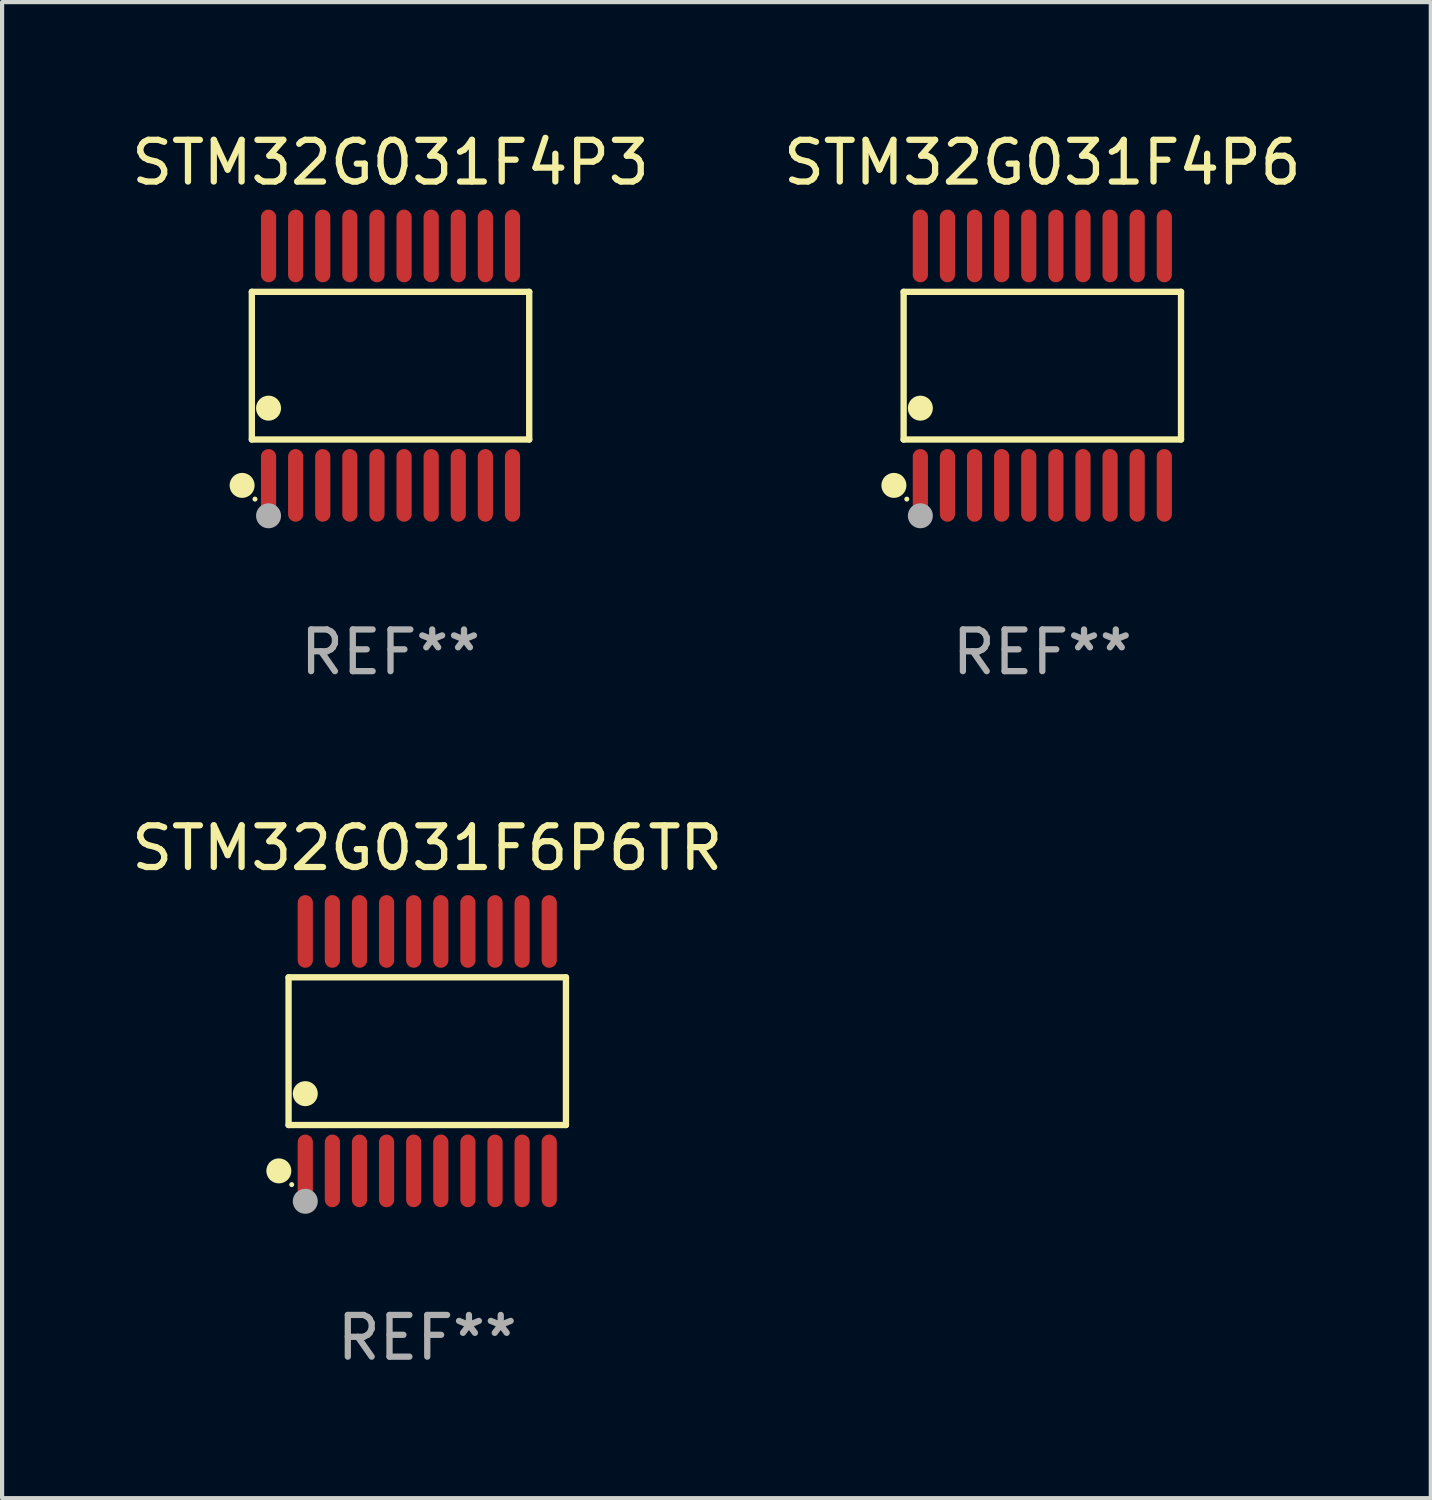
<source format=kicad_pcb>
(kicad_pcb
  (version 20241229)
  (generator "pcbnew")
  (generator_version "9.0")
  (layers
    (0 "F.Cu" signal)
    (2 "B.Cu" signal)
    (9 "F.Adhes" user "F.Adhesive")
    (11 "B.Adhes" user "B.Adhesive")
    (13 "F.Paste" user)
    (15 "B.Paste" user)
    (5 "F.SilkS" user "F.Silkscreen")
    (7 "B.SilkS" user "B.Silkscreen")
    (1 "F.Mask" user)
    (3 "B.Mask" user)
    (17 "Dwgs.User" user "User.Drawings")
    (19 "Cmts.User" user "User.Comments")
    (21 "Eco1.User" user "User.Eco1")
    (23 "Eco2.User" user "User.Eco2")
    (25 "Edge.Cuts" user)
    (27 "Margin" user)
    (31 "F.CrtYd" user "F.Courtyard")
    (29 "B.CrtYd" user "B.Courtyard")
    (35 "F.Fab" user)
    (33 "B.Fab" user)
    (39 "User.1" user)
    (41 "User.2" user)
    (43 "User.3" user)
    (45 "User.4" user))
  (footprint "STM32G031F4P6"
    (layer "F.Cu")
    (at 21.946 5.719)
    (property "Reference" "STM32G031F4P6" (at 0 -4.871 0) (layer "F.SilkS") (effects (font (size 1 1) (thickness 0.15))))
    (attr through_hole)
    (fp_line (start -3.326 -1.771) (end 3.326 -1.771) (stroke (width 0.152) (type solid)) (layer "F.SilkS"))
    (fp_line (start -3.326 1.771) (end -3.326 -1.771) (stroke (width 0.152) (type solid)) (layer "F.SilkS"))
    (fp_line (start 3.326 -1.771) (end 3.326 1.771) (stroke (width 0.152) (type solid)) (layer "F.SilkS"))
    (fp_line (start 3.326 1.771) (end -3.326 1.771) (stroke (width 0.152) (type solid)) (layer "F.SilkS"))
    (fp_circle (center -3.559 2.871) (end -3.409 2.871) (stroke (width 0.3) (type solid)) (fill no) (layer "F.SilkS"))
    (fp_circle (center -3.25 3.2) (end -3.22 3.2) (stroke (width 0.06) (type solid)) (fill no) (layer "F.SilkS"))
    (fp_circle (center -2.925 1.019) (end -2.775 1.019) (stroke (width 0.3) (type solid)) (fill no) (layer "F.SilkS"))
    (fp_circle (center -2.925 3.6) (end -2.775 3.6) (stroke (width 0.3) (type solid)) (fill no) (layer "F.Fab"))
    (fp_text user "REF**" (at 0 6.871 0) (layer "F.Fab") (effects (font (size 1 1) (thickness 0.15))))
    (pad "1" smd oval (at -2.925 2.871) (size 0.364 1.742) (layers "F.Cu" "F.Mask" "F.Paste"))
    (pad "2" smd oval (at -2.275 2.871) (size 0.364 1.742) (layers "F.Cu" "F.Mask" "F.Paste"))
    (pad "3" smd oval (at -1.625 2.871) (size 0.364 1.742) (layers "F.Cu" "F.Mask" "F.Paste"))
    (pad "4" smd oval (at -0.975 2.871) (size 0.364 1.742) (layers "F.Cu" "F.Mask" "F.Paste"))
    (pad "5" smd oval (at -0.325 2.871) (size 0.364 1.742) (layers "F.Cu" "F.Mask" "F.Paste"))
    (pad "6" smd oval (at 0.325 2.871) (size 0.364 1.742) (layers "F.Cu" "F.Mask" "F.Paste"))
    (pad "7" smd oval (at 0.975 2.871) (size 0.364 1.742) (layers "F.Cu" "F.Mask" "F.Paste"))
    (pad "8" smd oval (at 1.625 2.871) (size 0.364 1.742) (layers "F.Cu" "F.Mask" "F.Paste"))
    (pad "9" smd oval (at 2.275 2.871) (size 0.364 1.742) (layers "F.Cu" "F.Mask" "F.Paste"))
    (pad "10" smd oval (at 2.925 2.871) (size 0.364 1.742) (layers "F.Cu" "F.Mask" "F.Paste"))
    (pad "11" smd oval (at 2.925 -2.871) (size 0.364 1.742) (layers "F.Cu" "F.Mask" "F.Paste"))
    (pad "12" smd oval (at 2.275 -2.871) (size 0.364 1.742) (layers "F.Cu" "F.Mask" "F.Paste"))
    (pad "13" smd oval (at 1.625 -2.871) (size 0.364 1.742) (layers "F.Cu" "F.Mask" "F.Paste"))
    (pad "14" smd oval (at 0.975 -2.871) (size 0.364 1.742) (layers "F.Cu" "F.Mask" "F.Paste"))
    (pad "15" smd oval (at 0.325 -2.871) (size 0.364 1.742) (layers "F.Cu" "F.Mask" "F.Paste"))
    (pad "16" smd oval (at -0.325 -2.871) (size 0.364 1.742) (layers "F.Cu" "F.Mask" "F.Paste"))
    (pad "17" smd oval (at -0.975 -2.871) (size 0.364 1.742) (layers "F.Cu" "F.Mask" "F.Paste"))
    (pad "18" smd oval (at -1.625 -2.871) (size 0.364 1.742) (layers "F.Cu" "F.Mask" "F.Paste"))
    (pad "19" smd oval (at -2.275 -2.871) (size 0.364 1.742) (layers "F.Cu" "F.Mask" "F.Paste"))
    (pad "20" smd oval (at -2.925 -2.871) (size 0.364 1.742) (layers "F.Cu" "F.Mask" "F.Paste")))
  (footprint "STM32G031F6P6TR"
    (layer "F.Cu")
    (at 7.196 22.158)
    (property "Reference" "STM32G031F6P6TR" (at 0 -4.871 0) (layer "F.SilkS") (effects (font (size 1 1) (thickness 0.15))))
    (attr through_hole)
    (fp_line (start -3.326 -1.771) (end 3.326 -1.771) (stroke (width 0.152) (type solid)) (layer "F.SilkS"))
    (fp_line (start -3.326 1.771) (end -3.326 -1.771) (stroke (width 0.152) (type solid)) (layer "F.SilkS"))
    (fp_line (start 3.326 -1.771) (end 3.326 1.771) (stroke (width 0.152) (type solid)) (layer "F.SilkS"))
    (fp_line (start 3.326 1.771) (end -3.326 1.771) (stroke (width 0.152) (type solid)) (layer "F.SilkS"))
    (fp_circle (center -3.559 2.871) (end -3.409 2.871) (stroke (width 0.3) (type solid)) (fill no) (layer "F.SilkS"))
    (fp_circle (center -3.25 3.2) (end -3.22 3.2) (stroke (width 0.06) (type solid)) (fill no) (layer "F.SilkS"))
    (fp_circle (center -2.925 1.019) (end -2.775 1.019) (stroke (width 0.3) (type solid)) (fill no) (layer "F.SilkS"))
    (fp_circle (center -2.925 3.6) (end -2.775 3.6) (stroke (width 0.3) (type solid)) (fill no) (layer "F.Fab"))
    (fp_text user "REF**" (at 0 6.871 0) (layer "F.Fab") (effects (font (size 1 1) (thickness 0.15))))
    (pad "1" smd oval (at -2.925 2.871) (size 0.364 1.742) (layers "F.Cu" "F.Mask" "F.Paste"))
    (pad "2" smd oval (at -2.275 2.871) (size 0.364 1.742) (layers "F.Cu" "F.Mask" "F.Paste"))
    (pad "3" smd oval (at -1.625 2.871) (size 0.364 1.742) (layers "F.Cu" "F.Mask" "F.Paste"))
    (pad "4" smd oval (at -0.975 2.871) (size 0.364 1.742) (layers "F.Cu" "F.Mask" "F.Paste"))
    (pad "5" smd oval (at -0.325 2.871) (size 0.364 1.742) (layers "F.Cu" "F.Mask" "F.Paste"))
    (pad "6" smd oval (at 0.325 2.871) (size 0.364 1.742) (layers "F.Cu" "F.Mask" "F.Paste"))
    (pad "7" smd oval (at 0.975 2.871) (size 0.364 1.742) (layers "F.Cu" "F.Mask" "F.Paste"))
    (pad "8" smd oval (at 1.625 2.871) (size 0.364 1.742) (layers "F.Cu" "F.Mask" "F.Paste"))
    (pad "9" smd oval (at 2.275 2.871) (size 0.364 1.742) (layers "F.Cu" "F.Mask" "F.Paste"))
    (pad "10" smd oval (at 2.925 2.871) (size 0.364 1.742) (layers "F.Cu" "F.Mask" "F.Paste"))
    (pad "11" smd oval (at 2.925 -2.871) (size 0.364 1.742) (layers "F.Cu" "F.Mask" "F.Paste"))
    (pad "12" smd oval (at 2.275 -2.871) (size 0.364 1.742) (layers "F.Cu" "F.Mask" "F.Paste"))
    (pad "13" smd oval (at 1.625 -2.871) (size 0.364 1.742) (layers "F.Cu" "F.Mask" "F.Paste"))
    (pad "14" smd oval (at 0.975 -2.871) (size 0.364 1.742) (layers "F.Cu" "F.Mask" "F.Paste"))
    (pad "15" smd oval (at 0.325 -2.871) (size 0.364 1.742) (layers "F.Cu" "F.Mask" "F.Paste"))
    (pad "16" smd oval (at -0.325 -2.871) (size 0.364 1.742) (layers "F.Cu" "F.Mask" "F.Paste"))
    (pad "17" smd oval (at -0.975 -2.871) (size 0.364 1.742) (layers "F.Cu" "F.Mask" "F.Paste"))
    (pad "18" smd oval (at -1.625 -2.871) (size 0.364 1.742) (layers "F.Cu" "F.Mask" "F.Paste"))
    (pad "19" smd oval (at -2.275 -2.871) (size 0.364 1.742) (layers "F.Cu" "F.Mask" "F.Paste"))
    (pad "20" smd oval (at -2.925 -2.871) (size 0.364 1.742) (layers "F.Cu" "F.Mask" "F.Paste")))
  (footprint "STM32G031F4P3"
    (layer "F.Cu")
    (at 6.315 5.719)
    (property "Reference" "STM32G031F4P3" (at 0 -4.871 0) (layer "F.SilkS") (effects (font (size 1 1) (thickness 0.15))))
    (attr through_hole)
    (fp_line (start -3.326 -1.771) (end 3.326 -1.771) (stroke (width 0.152) (type solid)) (layer "F.SilkS"))
    (fp_line (start -3.326 1.771) (end -3.326 -1.771) (stroke (width 0.152) (type solid)) (layer "F.SilkS"))
    (fp_line (start 3.326 -1.771) (end 3.326 1.771) (stroke (width 0.152) (type solid)) (layer "F.SilkS"))
    (fp_line (start 3.326 1.771) (end -3.326 1.771) (stroke (width 0.152) (type solid)) (layer "F.SilkS"))
    (fp_circle (center -3.559 2.871) (end -3.409 2.871) (stroke (width 0.3) (type solid)) (fill no) (layer "F.SilkS"))
    (fp_circle (center -3.25 3.2) (end -3.22 3.2) (stroke (width 0.06) (type solid)) (fill no) (layer "F.SilkS"))
    (fp_circle (center -2.925 1.019) (end -2.775 1.019) (stroke (width 0.3) (type solid)) (fill no) (layer "F.SilkS"))
    (fp_circle (center -2.925 3.6) (end -2.775 3.6) (stroke (width 0.3) (type solid)) (fill no) (layer "F.Fab"))
    (fp_text user "REF**" (at 0 6.871 0) (layer "F.Fab") (effects (font (size 1 1) (thickness 0.15))))
    (pad "1" smd oval (at -2.925 2.871) (size 0.364 1.742) (layers "F.Cu" "F.Mask" "F.Paste"))
    (pad "2" smd oval (at -2.275 2.871) (size 0.364 1.742) (layers "F.Cu" "F.Mask" "F.Paste"))
    (pad "3" smd oval (at -1.625 2.871) (size 0.364 1.742) (layers "F.Cu" "F.Mask" "F.Paste"))
    (pad "4" smd oval (at -0.975 2.871) (size 0.364 1.742) (layers "F.Cu" "F.Mask" "F.Paste"))
    (pad "5" smd oval (at -0.325 2.871) (size 0.364 1.742) (layers "F.Cu" "F.Mask" "F.Paste"))
    (pad "6" smd oval (at 0.325 2.871) (size 0.364 1.742) (layers "F.Cu" "F.Mask" "F.Paste"))
    (pad "7" smd oval (at 0.975 2.871) (size 0.364 1.742) (layers "F.Cu" "F.Mask" "F.Paste"))
    (pad "8" smd oval (at 1.625 2.871) (size 0.364 1.742) (layers "F.Cu" "F.Mask" "F.Paste"))
    (pad "9" smd oval (at 2.275 2.871) (size 0.364 1.742) (layers "F.Cu" "F.Mask" "F.Paste"))
    (pad "10" smd oval (at 2.925 2.871) (size 0.364 1.742) (layers "F.Cu" "F.Mask" "F.Paste"))
    (pad "11" smd oval (at 2.925 -2.871) (size 0.364 1.742) (layers "F.Cu" "F.Mask" "F.Paste"))
    (pad "12" smd oval (at 2.275 -2.871) (size 0.364 1.742) (layers "F.Cu" "F.Mask" "F.Paste"))
    (pad "13" smd oval (at 1.625 -2.871) (size 0.364 1.742) (layers "F.Cu" "F.Mask" "F.Paste"))
    (pad "14" smd oval (at 0.975 -2.871) (size 0.364 1.742) (layers "F.Cu" "F.Mask" "F.Paste"))
    (pad "15" smd oval (at 0.325 -2.871) (size 0.364 1.742) (layers "F.Cu" "F.Mask" "F.Paste"))
    (pad "16" smd oval (at -0.325 -2.871) (size 0.364 1.742) (layers "F.Cu" "F.Mask" "F.Paste"))
    (pad "17" smd oval (at -0.975 -2.871) (size 0.364 1.742) (layers "F.Cu" "F.Mask" "F.Paste"))
    (pad "18" smd oval (at -1.625 -2.871) (size 0.364 1.742) (layers "F.Cu" "F.Mask" "F.Paste"))
    (pad "19" smd oval (at -2.275 -2.871) (size 0.364 1.742) (layers "F.Cu" "F.Mask" "F.Paste"))
    (pad "20" smd oval (at -2.925 -2.871) (size 0.364 1.742) (layers "F.Cu" "F.Mask" "F.Paste")))
  (gr_rect
    (start -3 -3)
    (end 31.262 32.877)
    (stroke (width 0.1) (type default))
    (fill no)
    (layer "Edge.Cuts")))
</source>
